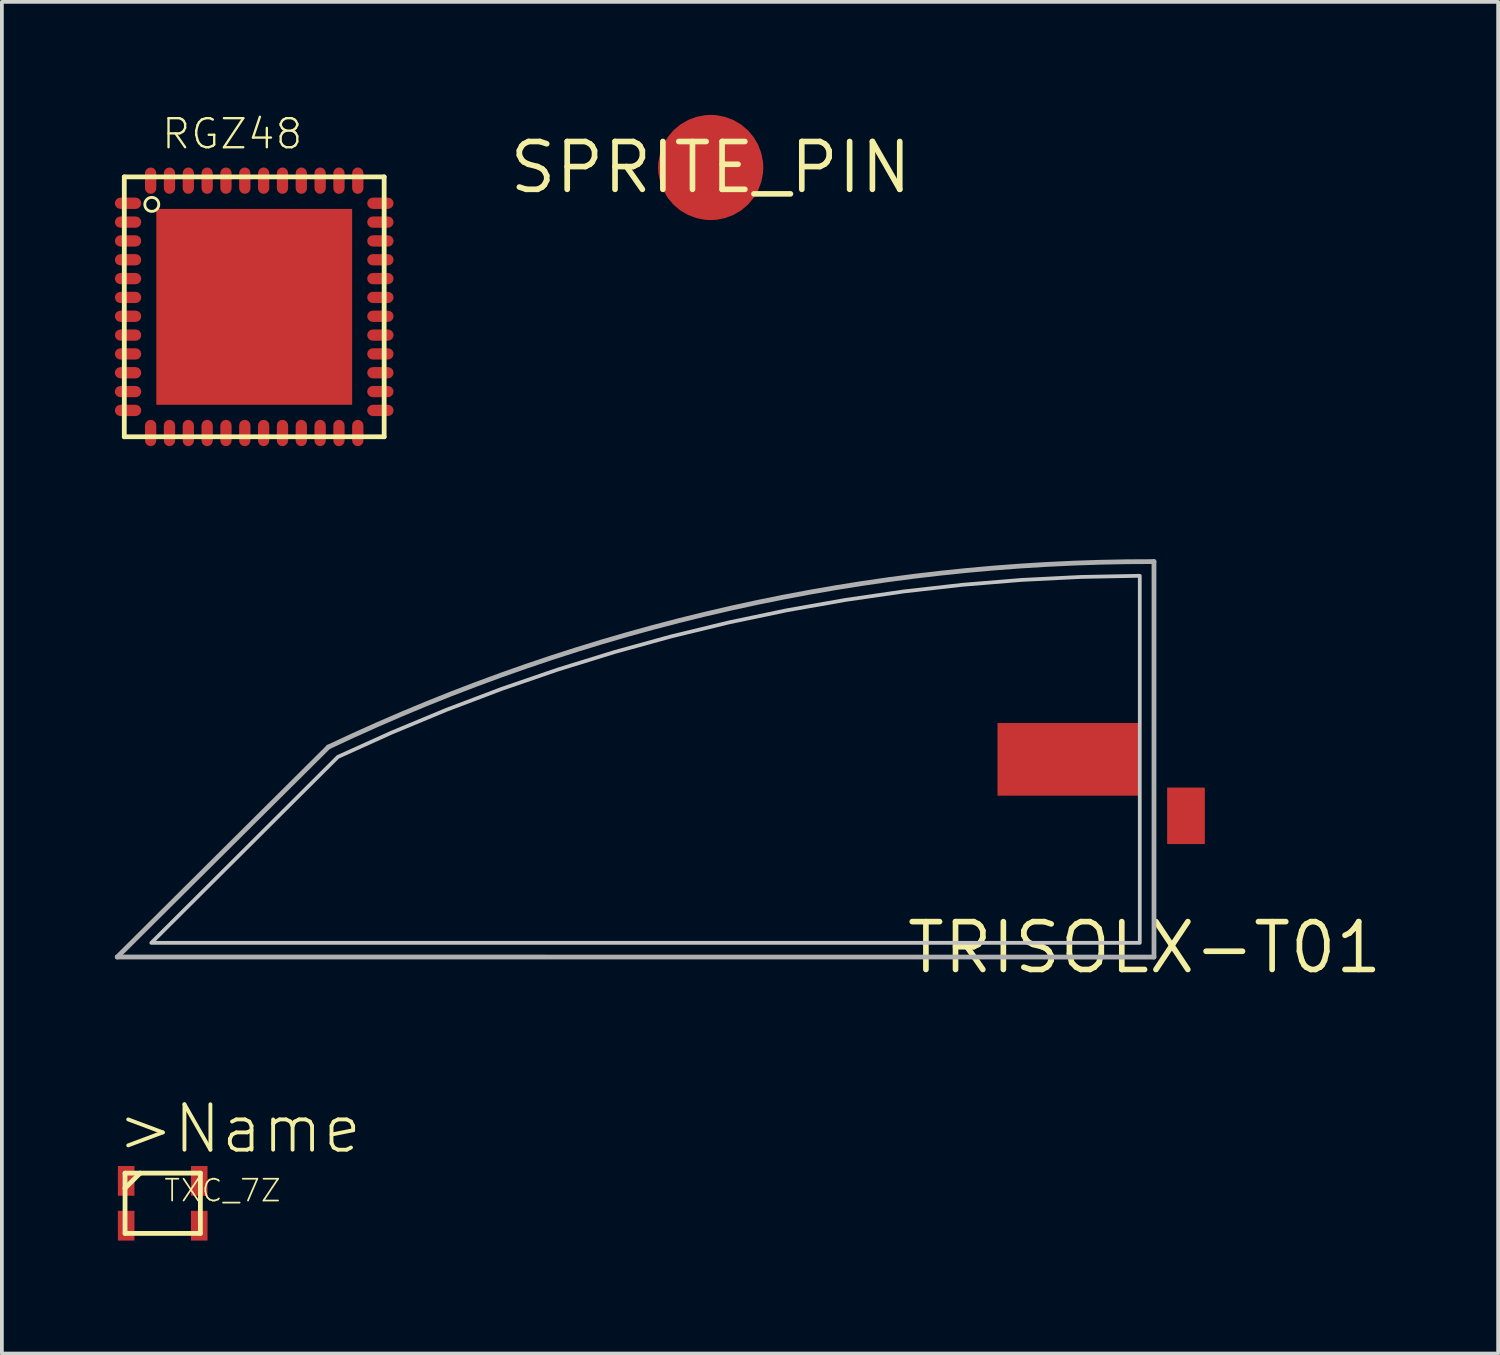
<source format=kicad_pcb>
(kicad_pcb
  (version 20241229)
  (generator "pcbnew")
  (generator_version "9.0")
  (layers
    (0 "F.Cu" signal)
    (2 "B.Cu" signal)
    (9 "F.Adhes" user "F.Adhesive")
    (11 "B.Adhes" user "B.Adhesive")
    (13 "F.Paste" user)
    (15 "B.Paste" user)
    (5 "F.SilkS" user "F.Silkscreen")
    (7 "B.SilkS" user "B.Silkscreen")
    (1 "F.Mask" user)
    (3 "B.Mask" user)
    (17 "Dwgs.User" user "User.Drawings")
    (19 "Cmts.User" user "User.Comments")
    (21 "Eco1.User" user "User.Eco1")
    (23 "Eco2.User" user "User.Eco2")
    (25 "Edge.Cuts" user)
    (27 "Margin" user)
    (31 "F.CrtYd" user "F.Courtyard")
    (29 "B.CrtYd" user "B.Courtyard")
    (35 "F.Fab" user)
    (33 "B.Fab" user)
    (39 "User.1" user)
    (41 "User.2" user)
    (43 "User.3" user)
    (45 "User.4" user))
  (footprint "RGZ48"
    (layer "F.Cu")
    (at 3.7 5.097)
    (property "Reference" "RGZ48" (at -2.5 -4.14 0) (layer "F.SilkS") (effects (font (size 0.772 0.772) (thickness 0.062)) (justify left bottom)))
    (attr through_hole)
    (fp_line (start -3.45 -3.45) (end -3.45 3.45) (stroke (width 0.127) (type solid)) (layer "F.SilkS"))
    (fp_line (start -3.45 -3.45) (end 3.45 -3.45) (stroke (width 0.127) (type solid)) (layer "F.SilkS"))
    (fp_line (start -3.45 3.45) (end 3.45 3.45) (stroke (width 0.127) (type solid)) (layer "F.SilkS"))
    (fp_line (start 3.45 3.45) (end 3.45 -3.45) (stroke (width 0.127) (type solid)) (layer "F.SilkS"))
    (fp_circle (center -2.72 -2.72) (end -2.534 -2.72) (stroke (width 0.075) (type solid)) (fill no) (layer "F.SilkS"))
    (pad "1" smd roundrect (at -3.35 -2.75 90) (size 0.3 0.7) (layers "F.Cu" "F.Mask" "F.Paste") (roundrect_rratio 0.5))
    (pad "2" smd roundrect (at -3.35 -2.25 90) (size 0.3 0.7) (layers "F.Cu" "F.Mask" "F.Paste") (roundrect_rratio 0.5))
    (pad "3" smd roundrect (at -3.35 -1.75 90) (size 0.3 0.7) (layers "F.Cu" "F.Mask" "F.Paste") (roundrect_rratio 0.5))
    (pad "4" smd roundrect (at -3.35 -1.25 90) (size 0.3 0.7) (layers "F.Cu" "F.Mask" "F.Paste") (roundrect_rratio 0.5))
    (pad "5" smd roundrect (at -3.35 -0.75 90) (size 0.3 0.7) (layers "F.Cu" "F.Mask" "F.Paste") (roundrect_rratio 0.5))
    (pad "6" smd roundrect (at -3.35 -0.25 90) (size 0.3 0.7) (layers "F.Cu" "F.Mask" "F.Paste") (roundrect_rratio 0.5))
    (pad "7" smd roundrect (at -3.35 0.25 90) (size 0.3 0.7) (layers "F.Cu" "F.Mask" "F.Paste") (roundrect_rratio 0.5))
    (pad "8" smd roundrect (at -3.35 0.75 90) (size 0.3 0.7) (layers "F.Cu" "F.Mask" "F.Paste") (roundrect_rratio 0.5))
    (pad "9" smd roundrect (at -3.35 1.25 90) (size 0.3 0.7) (layers "F.Cu" "F.Mask" "F.Paste") (roundrect_rratio 0.5))
    (pad "10" smd roundrect (at -3.35 1.75 90) (size 0.3 0.7) (layers "F.Cu" "F.Mask" "F.Paste") (roundrect_rratio 0.5))
    (pad "11" smd roundrect (at -3.35 2.25 90) (size 0.3 0.7) (layers "F.Cu" "F.Mask" "F.Paste") (roundrect_rratio 0.5))
    (pad "12" smd roundrect (at -3.35 2.75 90) (size 0.3 0.7) (layers "F.Cu" "F.Mask" "F.Paste") (roundrect_rratio 0.5))
    (pad "13" smd roundrect (at -2.75 3.35 180) (size 0.3 0.7) (layers "F.Cu" "F.Mask" "F.Paste") (roundrect_rratio 0.5))
    (pad "14" smd roundrect (at -2.25 3.35 180) (size 0.3 0.7) (layers "F.Cu" "F.Mask" "F.Paste") (roundrect_rratio 0.5))
    (pad "15" smd roundrect (at -1.75 3.35 180) (size 0.3 0.7) (layers "F.Cu" "F.Mask" "F.Paste") (roundrect_rratio 0.5))
    (pad "16" smd roundrect (at -1.25 3.35 180) (size 0.3 0.7) (layers "F.Cu" "F.Mask" "F.Paste") (roundrect_rratio 0.5))
    (pad "17" smd roundrect (at -0.75 3.35 180) (size 0.3 0.7) (layers "F.Cu" "F.Mask" "F.Paste") (roundrect_rratio 0.5))
    (pad "18" smd roundrect (at -0.25 3.35 180) (size 0.3 0.7) (layers "F.Cu" "F.Mask" "F.Paste") (roundrect_rratio 0.5))
    (pad "19" smd roundrect (at 0.25 3.35 180) (size 0.3 0.7) (layers "F.Cu" "F.Mask" "F.Paste") (roundrect_rratio 0.5))
    (pad "20" smd roundrect (at 0.75 3.35 180) (size 0.3 0.7) (layers "F.Cu" "F.Mask" "F.Paste") (roundrect_rratio 0.5))
    (pad "21" smd roundrect (at 1.25 3.35 180) (size 0.3 0.7) (layers "F.Cu" "F.Mask" "F.Paste") (roundrect_rratio 0.5))
    (pad "22" smd roundrect (at 1.75 3.35 180) (size 0.3 0.7) (layers "F.Cu" "F.Mask" "F.Paste") (roundrect_rratio 0.5))
    (pad "23" smd roundrect (at 2.25 3.35 180) (size 0.3 0.7) (layers "F.Cu" "F.Mask" "F.Paste") (roundrect_rratio 0.5))
    (pad "24" smd roundrect (at 2.75 3.35 180) (size 0.3 0.7) (layers "F.Cu" "F.Mask" "F.Paste") (roundrect_rratio 0.5))
    (pad "25" smd roundrect (at 3.35 2.75 270) (size 0.3 0.7) (layers "F.Cu" "F.Mask" "F.Paste") (roundrect_rratio 0.5))
    (pad "26" smd roundrect (at 3.35 2.25 270) (size 0.3 0.7) (layers "F.Cu" "F.Mask" "F.Paste") (roundrect_rratio 0.5))
    (pad "27" smd roundrect (at 3.35 1.75 270) (size 0.3 0.7) (layers "F.Cu" "F.Mask" "F.Paste") (roundrect_rratio 0.5))
    (pad "28" smd roundrect (at 3.35 1.25 270) (size 0.3 0.7) (layers "F.Cu" "F.Mask" "F.Paste") (roundrect_rratio 0.5))
    (pad "29" smd roundrect (at 3.35 0.75 270) (size 0.3 0.7) (layers "F.Cu" "F.Mask" "F.Paste") (roundrect_rratio 0.5))
    (pad "30" smd roundrect (at 3.35 0.25 270) (size 0.3 0.7) (layers "F.Cu" "F.Mask" "F.Paste") (roundrect_rratio 0.5))
    (pad "31" smd roundrect (at 3.35 -0.25 270) (size 0.3 0.7) (layers "F.Cu" "F.Mask" "F.Paste") (roundrect_rratio 0.5))
    (pad "32" smd roundrect (at 3.35 -0.75 270) (size 0.3 0.7) (layers "F.Cu" "F.Mask" "F.Paste") (roundrect_rratio 0.5))
    (pad "33" smd roundrect (at 3.35 -1.25 270) (size 0.3 0.7) (layers "F.Cu" "F.Mask" "F.Paste") (roundrect_rratio 0.5))
    (pad "34" smd roundrect (at 3.35 -1.75 270) (size 0.3 0.7) (layers "F.Cu" "F.Mask" "F.Paste") (roundrect_rratio 0.5))
    (pad "35" smd roundrect (at 3.35 -2.25 270) (size 0.3 0.7) (layers "F.Cu" "F.Mask" "F.Paste") (roundrect_rratio 0.5))
    (pad "36" smd roundrect (at 3.35 -2.75 270) (size 0.3 0.7) (layers "F.Cu" "F.Mask" "F.Paste") (roundrect_rratio 0.5))
    (pad "37" smd roundrect (at 2.75 -3.35) (size 0.3 0.7) (layers "F.Cu" "F.Mask" "F.Paste") (roundrect_rratio 0.5))
    (pad "38" smd roundrect (at 2.25 -3.35) (size 0.3 0.7) (layers "F.Cu" "F.Mask" "F.Paste") (roundrect_rratio 0.5))
    (pad "39" smd roundrect (at 1.75 -3.35) (size 0.3 0.7) (layers "F.Cu" "F.Mask" "F.Paste") (roundrect_rratio 0.5))
    (pad "40" smd roundrect (at 1.25 -3.35) (size 0.3 0.7) (layers "F.Cu" "F.Mask" "F.Paste") (roundrect_rratio 0.5))
    (pad "41" smd roundrect (at 0.75 -3.35 180) (size 0.3 0.7) (layers "F.Cu" "F.Mask" "F.Paste") (roundrect_rratio 0.5))
    (pad "42" smd roundrect (at 0.25 -3.35 180) (size 0.3 0.7) (layers "F.Cu" "F.Mask" "F.Paste") (roundrect_rratio 0.5))
    (pad "43" smd roundrect (at -0.25 -3.35 180) (size 0.3 0.7) (layers "F.Cu" "F.Mask" "F.Paste") (roundrect_rratio 0.5))
    (pad "44" smd roundrect (at -0.75 -3.35 180) (size 0.3 0.7) (layers "F.Cu" "F.Mask" "F.Paste") (roundrect_rratio 0.5))
    (pad "45" smd roundrect (at -1.25 -3.35) (size 0.3 0.7) (layers "F.Cu" "F.Mask" "F.Paste") (roundrect_rratio 0.5))
    (pad "46" smd roundrect (at -1.75 -3.35) (size 0.3 0.7) (layers "F.Cu" "F.Mask" "F.Paste") (roundrect_rratio 0.5))
    (pad "47" smd roundrect (at -2.25 -3.35) (size 0.3 0.7) (layers "F.Cu" "F.Mask" "F.Paste") (roundrect_rratio 0.5))
    (pad "48" smd roundrect (at -2.75 -3.35) (size 0.3 0.7) (layers "F.Cu" "F.Mask" "F.Paste") (roundrect_rratio 0.5))
    (pad "TP" smd rect (at 0 0) (size 5.2 5.2) (layers "F.Cu" "F.Mask" "F.Paste")))
  (footprint "TXC_7Z"
    (layer "F.Cu")
    (at 1.27 28.899)
    (property "Reference" "TXC_7Z" (at 0 0 0) (layer "F.SilkS") (effects (font (size 0.579 0.579) (thickness 0.046)) (justify left bottom)))
    (attr through_hole)
    (fp_line (start -1 -0.8) (end -0.6 -0.8) (stroke (width 0.127) (type solid)) (layer "F.SilkS"))
    (fp_line (start -1 -0.4) (end -1 -0.8) (stroke (width 0.127) (type solid)) (layer "F.SilkS"))
    (fp_line (start -1 -0.4) (end -0.6 -0.8) (stroke (width 0.127) (type solid)) (layer "F.SilkS"))
    (fp_line (start -1 0.8) (end -1 -0.4) (stroke (width 0.127) (type solid)) (layer "F.SilkS"))
    (fp_line (start -0.6 -0.8) (end 1 -0.8) (stroke (width 0.127) (type solid)) (layer "F.SilkS"))
    (fp_line (start 1 -0.8) (end 1 0.8) (stroke (width 0.127) (type solid)) (layer "F.SilkS"))
    (fp_line (start 1 0.8) (end -1 0.8) (stroke (width 0.127) (type solid)) (layer "F.SilkS"))
    (fp_text user ">Name" (at -1.27 -1.27 0) (layer "F.SilkS") (effects (font (size 1.206 1.206) (thickness 0.102)) (justify left bottom)))
    (pad "GND1" smd rect (at -0.97 0.595) (size 0.44 0.79) (layers "F.Cu" "F.Mask" "F.Paste"))
    (pad "GND2" smd rect (at 0.97 0.595) (size 0.44 0.79) (layers "F.Cu" "F.Mask" "F.Paste"))
    (pad "OUT" smd rect (at 0.97 -0.595) (size 0.44 0.79) (layers "F.Cu" "F.Mask" "F.Paste"))
    (pad "VCC" smd rect (at -0.97 -0.595) (size 0.44 0.79) (layers "F.Cu" "F.Mask" "F.Paste")))
  (footprint "TRISOLX-T01"
    (layer "F.Cu")
    (at 27.34 22.111)
    (property "Reference" "TRISOLX-T01" (at 0 0 0) (layer "F.SilkS") (effects (font (size 1.27 1.27) (thickness 0.15))))
    (attr through_hole)
    (fp_poly (pts (xy 0 0) (xy -26.5 0) (xy -20.45 -6.05) (xy -19.061 -6.614) (xy -17.657 -7.136) (xy -16.237 -7.615) (xy -14.803 -8.052) (xy -13.357 -8.445) (xy -11.9 -8.795) (xy -10.433 -9.102) (xy -8.957 -9.364) (xy -7.475 -9.582) (xy -5.986 -9.755) (xy -4.493 -9.883) (xy -2.997 -9.967) (xy 0 -10)) (stroke (width 0) (type solid)) (fill yes) (layer "F.Mask"))
    (fp_poly (pts (xy 0.03 0.02) (xy -26.55 0.02) (xy -20.45 -6.05) (xy -19.061 -6.614) (xy -17.657 -7.136) (xy -16.237 -7.615) (xy -14.803 -8.052) (xy -13.357 -8.445) (xy -11.9 -8.795) (xy -10.433 -9.102) (xy -8.957 -9.364) (xy -7.475 -9.582) (xy -5.986 -9.755) (xy -4.493 -9.883) (xy -2.997 -9.967) (xy 0 -10)) (stroke (width 0) (type solid)) (fill yes) (layer "F.Paste"))
    (fp_poly (pts (xy -0.127 -0.127) (xy -26.373 -0.127) (xy -21.418 -5.065) (xy -19.986 -5.712) (xy -18.535 -6.315) (xy -17.065 -6.872) (xy -15.579 -7.383) (xy -14.078 -7.847) (xy -12.563 -8.265) (xy -11.036 -8.635) (xy -9.498 -8.957) (xy -7.95 -9.231) (xy -6.395 -9.457) (xy -4.834 -9.634) (xy -3.268 -9.763) (xy -1.698 -9.842) (xy -0.127 -9.873)) (stroke (width 0.1) (type solid)) (fill no) (layer "Dwgs.User"))
    (fp_line (start -21.671 -5.326) (end -27.277 0.249) (stroke (width 0.127) (type solid)) (layer "F.Fab"))
    (fp_line (start 0.25 0.25) (end -27.277 0.249) (stroke (width 0.127) (type solid)) (layer "F.Fab"))
    (fp_line (start 0.25 0.25) (end 0.25 -10.25) (stroke (width 0.127) (type solid)) (layer "F.Fab"))
    (fp_arc (start -21.671 -5.326) (mid -10.98557 -9.012575) (end 0.25 -10.25) (stroke (width 0.127) (type solid)) (layer "F.Fab"))
    (pad "P$2" smd rect (at -2 -5) (size 3.81 1.93) (layers "F.Cu" "F.Mask" "F.Paste"))
    (pad "P$3" smd rect (at 1.1 -3.5) (size 1 1.5) (layers "F.Cu" "F.Mask" "F.Paste")))
  (footprint "SPRITE_PIN"
    (layer "F.Cu")
    (at 15.82 1.397)
    (property "Reference" "SPRITE_PIN" (at 0 0 0) (layer "F.SilkS") (effects (font (size 1.27 1.27) (thickness 0.15))))
    (attr through_hole)
    (pad "PIN" smd roundrect (at 0 0) (size 2.794 2.794) (layers "F.Cu" "F.Mask" "F.Paste") (roundrect_rratio 0.5)))
  (gr_rect
    (start -3 -3)
    (end 36.728 32.889)
    (stroke (width 0.1) (type default))
    (fill no)
    (layer "Edge.Cuts")))
</source>
